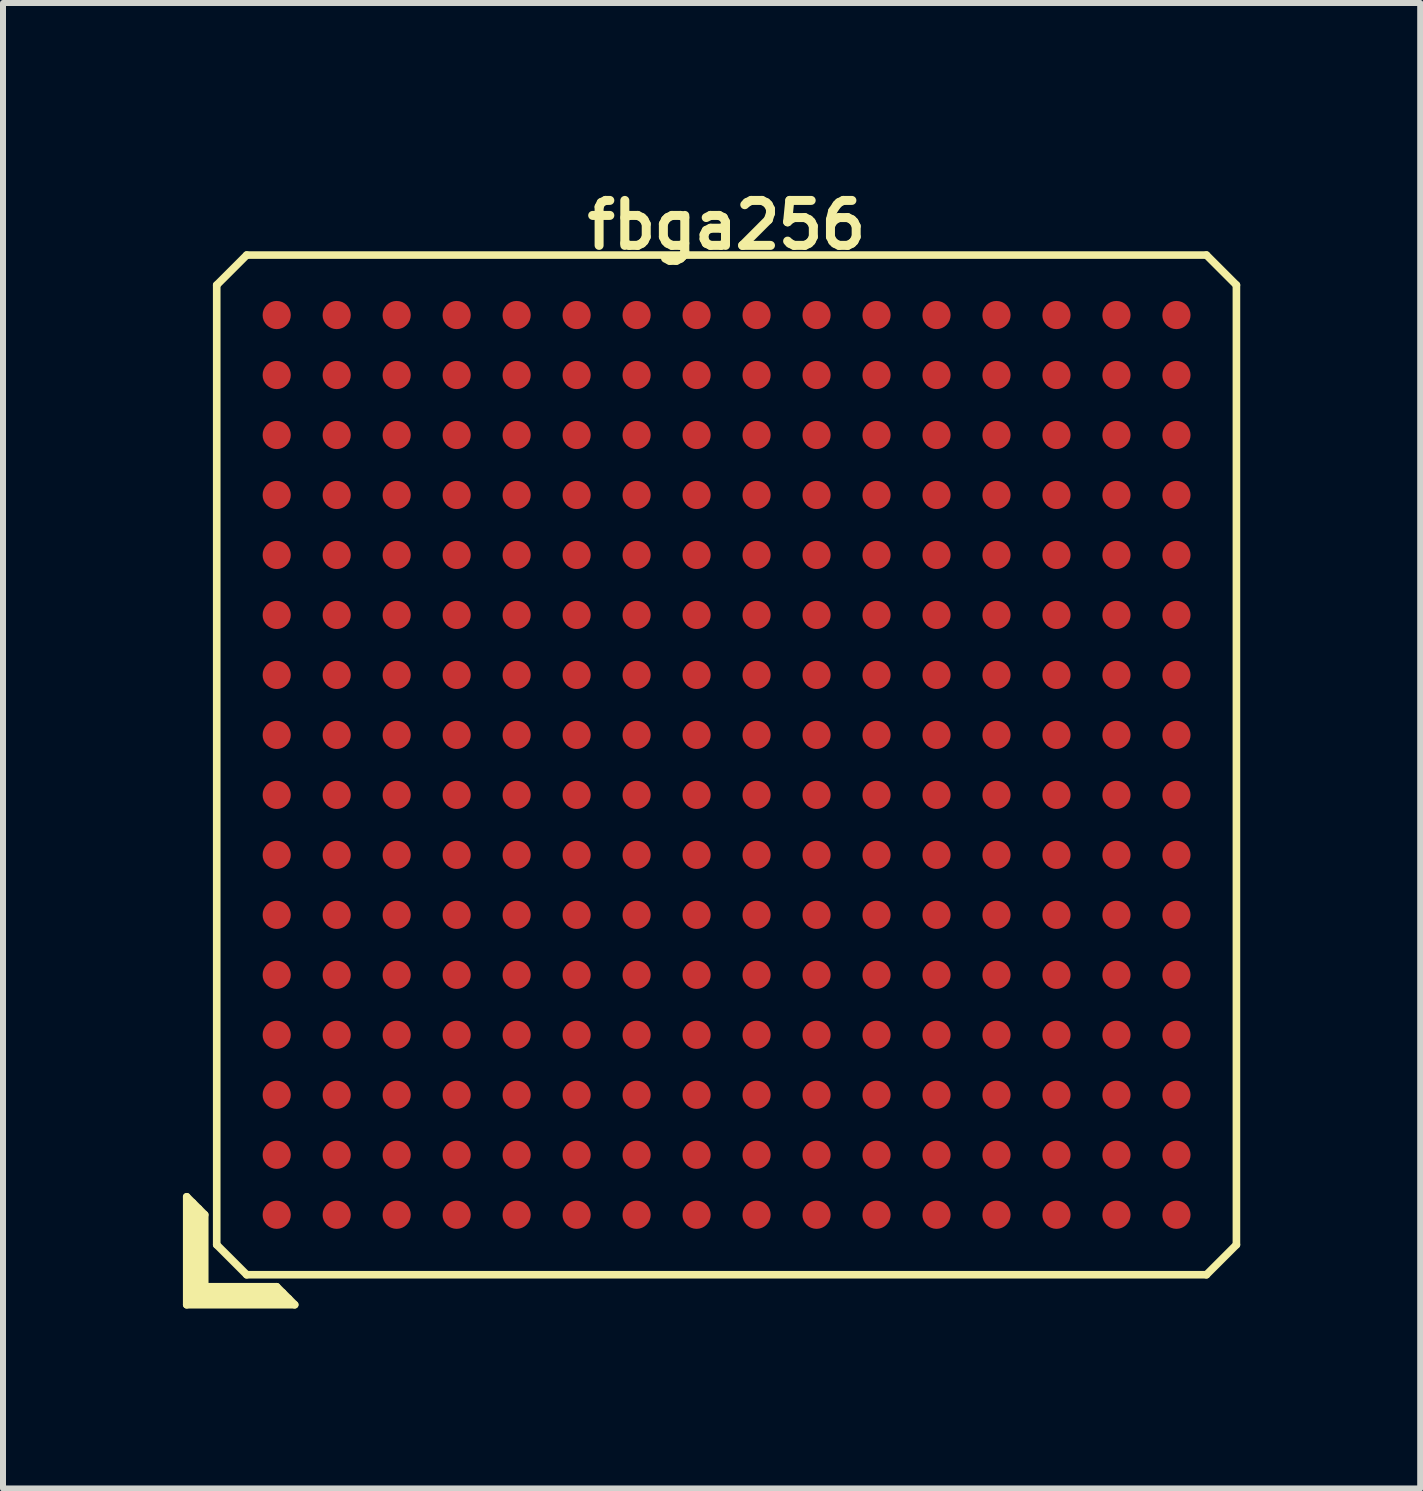
<source format=kicad_pcb>
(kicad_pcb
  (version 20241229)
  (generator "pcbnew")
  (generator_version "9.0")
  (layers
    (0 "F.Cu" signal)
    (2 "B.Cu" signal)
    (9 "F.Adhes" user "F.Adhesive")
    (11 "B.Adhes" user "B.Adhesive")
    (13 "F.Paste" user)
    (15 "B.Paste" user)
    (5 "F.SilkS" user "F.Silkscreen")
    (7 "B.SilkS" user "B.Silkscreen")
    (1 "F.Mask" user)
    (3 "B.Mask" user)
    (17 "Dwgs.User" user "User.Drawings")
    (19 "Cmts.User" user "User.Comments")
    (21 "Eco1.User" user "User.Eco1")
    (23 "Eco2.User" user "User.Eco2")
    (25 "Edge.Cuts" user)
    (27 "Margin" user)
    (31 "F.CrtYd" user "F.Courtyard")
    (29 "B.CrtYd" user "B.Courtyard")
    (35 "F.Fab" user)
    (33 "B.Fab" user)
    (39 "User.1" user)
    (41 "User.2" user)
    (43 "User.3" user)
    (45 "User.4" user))
  (footprint "fbga256"
    (layer "F.Cu")
    (at 9.063 9.702)
    (property "Reference" "fbga256" (at 0 -9 0) (layer "F.SilkS") (effects (font (size 0.75 0.75) (thickness 0.15))))
    (attr smd)
    (fp_line (start -9 7.2) (end -8.7 7.5) (stroke (width 0.127) (type solid)) (layer "F.SilkS"))
    (fp_line (start -9 9) (end -9 7.2) (stroke (width 0.127) (type solid)) (layer "F.SilkS"))
    (fp_line (start -8.9 8.9) (end -8.9 7.3) (stroke (width 0.127) (type solid)) (layer "F.SilkS"))
    (fp_line (start -8.8 7.4) (end -8.8 8.8) (stroke (width 0.127) (type solid)) (layer "F.SilkS"))
    (fp_line (start -8.8 8.8) (end -7.4 8.8) (stroke (width 0.127) (type solid)) (layer "F.SilkS"))
    (fp_line (start -8.7 7.5) (end -8.7 8.7) (stroke (width 0.127) (type solid)) (layer "F.SilkS"))
    (fp_line (start -8.7 8.7) (end -7.5 8.7) (stroke (width 0.127) (type solid)) (layer "F.SilkS"))
    (fp_line (start -8.5 -8) (end -8.5 8) (stroke (width 0.127) (type solid)) (layer "F.SilkS"))
    (fp_line (start -8.5 -8) (end -8 -8.5) (stroke (width 0.127) (type solid)) (layer "F.SilkS"))
    (fp_line (start -8 8.5) (end -8.5 8) (stroke (width 0.127) (type solid)) (layer "F.SilkS"))
    (fp_line (start -8 8.5) (end 8 8.5) (stroke (width 0.127) (type solid)) (layer "F.SilkS"))
    (fp_line (start -7.5 8.7) (end -7.2 9) (stroke (width 0.127) (type solid)) (layer "F.SilkS"))
    (fp_line (start -7.3 8.9) (end -8.9 8.9) (stroke (width 0.127) (type solid)) (layer "F.SilkS"))
    (fp_line (start -7.2 9) (end -9 9) (stroke (width 0.127) (type solid)) (layer "F.SilkS"))
    (fp_line (start 8 -8.5) (end -8 -8.5) (stroke (width 0.127) (type solid)) (layer "F.SilkS"))
    (fp_line (start 8 -8.5) (end 8.5 -8) (stroke (width 0.127) (type solid)) (layer "F.SilkS"))
    (fp_line (start 8.5 8) (end 8 8.5) (stroke (width 0.127) (type solid)) (layer "F.SilkS"))
    (fp_line (start 8.5 8) (end 8.5 -8) (stroke (width 0.127) (type solid)) (layer "F.SilkS"))
    (pad "A1" smd circle (at -7.5 7.5) (size 0.47 0.47) (layers "F.Cu" "F.Mask" "F.Paste"))
    (pad "A2" smd circle (at -6.5 7.5) (size 0.47 0.47) (layers "F.Cu" "F.Mask" "F.Paste"))
    (pad "A3" smd circle (at -5.5 7.5) (size 0.47 0.47) (layers "F.Cu" "F.Mask" "F.Paste"))
    (pad "A4" smd circle (at -4.5 7.5) (size 0.47 0.47) (layers "F.Cu" "F.Mask" "F.Paste"))
    (pad "A5" smd circle (at -3.5 7.5) (size 0.47 0.47) (layers "F.Cu" "F.Mask" "F.Paste"))
    (pad "A6" smd circle (at -2.5 7.5) (size 0.47 0.47) (layers "F.Cu" "F.Mask" "F.Paste"))
    (pad "A7" smd circle (at -1.5 7.5) (size 0.47 0.47) (layers "F.Cu" "F.Mask" "F.Paste"))
    (pad "A8" smd circle (at -0.5 7.5) (size 0.47 0.47) (layers "F.Cu" "F.Mask" "F.Paste"))
    (pad "A9" smd circle (at 0.5 7.5) (size 0.47 0.47) (layers "F.Cu" "F.Mask" "F.Paste"))
    (pad "A10" smd circle (at 1.5 7.5) (size 0.47 0.47) (layers "F.Cu" "F.Mask" "F.Paste"))
    (pad "A11" smd circle (at 2.5 7.5) (size 0.47 0.47) (layers "F.Cu" "F.Mask" "F.Paste"))
    (pad "A12" smd circle (at 3.5 7.5) (size 0.47 0.47) (layers "F.Cu" "F.Mask" "F.Paste"))
    (pad "A13" smd circle (at 4.5 7.5) (size 0.47 0.47) (layers "F.Cu" "F.Mask" "F.Paste"))
    (pad "A14" smd circle (at 5.5 7.5) (size 0.47 0.47) (layers "F.Cu" "F.Mask" "F.Paste"))
    (pad "A15" smd circle (at 6.5 7.5) (size 0.47 0.47) (layers "F.Cu" "F.Mask" "F.Paste"))
    (pad "A16" smd circle (at 7.5 7.5) (size 0.47 0.47) (layers "F.Cu" "F.Mask" "F.Paste"))
    (pad "B1" smd circle (at -7.5 6.5) (size 0.47 0.47) (layers "F.Cu" "F.Mask" "F.Paste"))
    (pad "B2" smd circle (at -6.5 6.5) (size 0.47 0.47) (layers "F.Cu" "F.Mask" "F.Paste"))
    (pad "B3" smd circle (at -5.5 6.5) (size 0.47 0.47) (layers "F.Cu" "F.Mask" "F.Paste"))
    (pad "B4" smd circle (at -4.5 6.5) (size 0.47 0.47) (layers "F.Cu" "F.Mask" "F.Paste"))
    (pad "B5" smd circle (at -3.5 6.5) (size 0.47 0.47) (layers "F.Cu" "F.Mask" "F.Paste"))
    (pad "B6" smd circle (at -2.5 6.5) (size 0.47 0.47) (layers "F.Cu" "F.Mask" "F.Paste"))
    (pad "B7" smd circle (at -1.5 6.5) (size 0.47 0.47) (layers "F.Cu" "F.Mask" "F.Paste"))
    (pad "B8" smd circle (at -0.5 6.5) (size 0.47 0.47) (layers "F.Cu" "F.Mask" "F.Paste"))
    (pad "B9" smd circle (at 0.5 6.5) (size 0.47 0.47) (layers "F.Cu" "F.Mask" "F.Paste"))
    (pad "B10" smd circle (at 1.5 6.5) (size 0.47 0.47) (layers "F.Cu" "F.Mask" "F.Paste"))
    (pad "B11" smd circle (at 2.5 6.5) (size 0.47 0.47) (layers "F.Cu" "F.Mask" "F.Paste"))
    (pad "B12" smd circle (at 3.5 6.5) (size 0.47 0.47) (layers "F.Cu" "F.Mask" "F.Paste"))
    (pad "B13" smd circle (at 4.5 6.5) (size 0.47 0.47) (layers "F.Cu" "F.Mask" "F.Paste"))
    (pad "B14" smd circle (at 5.5 6.5) (size 0.47 0.47) (layers "F.Cu" "F.Mask" "F.Paste"))
    (pad "B15" smd circle (at 6.5 6.5) (size 0.47 0.47) (layers "F.Cu" "F.Mask" "F.Paste"))
    (pad "B16" smd circle (at 7.5 6.5) (size 0.47 0.47) (layers "F.Cu" "F.Mask" "F.Paste"))
    (pad "C1" smd circle (at -7.5 5.5) (size 0.47 0.47) (layers "F.Cu" "F.Mask" "F.Paste"))
    (pad "C2" smd circle (at -6.5 5.5) (size 0.47 0.47) (layers "F.Cu" "F.Mask" "F.Paste"))
    (pad "C3" smd circle (at -5.5 5.5) (size 0.47 0.47) (layers "F.Cu" "F.Mask" "F.Paste"))
    (pad "C4" smd circle (at -4.5 5.5) (size 0.47 0.47) (layers "F.Cu" "F.Mask" "F.Paste"))
    (pad "C5" smd circle (at -3.5 5.5) (size 0.47 0.47) (layers "F.Cu" "F.Mask" "F.Paste"))
    (pad "C6" smd circle (at -2.5 5.5) (size 0.47 0.47) (layers "F.Cu" "F.Mask" "F.Paste"))
    (pad "C7" smd circle (at -1.5 5.5) (size 0.47 0.47) (layers "F.Cu" "F.Mask" "F.Paste"))
    (pad "C8" smd circle (at -0.5 5.5) (size 0.47 0.47) (layers "F.Cu" "F.Mask" "F.Paste"))
    (pad "C9" smd circle (at 0.5 5.5) (size 0.47 0.47) (layers "F.Cu" "F.Mask" "F.Paste"))
    (pad "C10" smd circle (at 1.5 5.5) (size 0.47 0.47) (layers "F.Cu" "F.Mask" "F.Paste"))
    (pad "C11" smd circle (at 2.5 5.5) (size 0.47 0.47) (layers "F.Cu" "F.Mask" "F.Paste"))
    (pad "C12" smd circle (at 3.5 5.5) (size 0.47 0.47) (layers "F.Cu" "F.Mask" "F.Paste"))
    (pad "C13" smd circle (at 4.5 5.5) (size 0.47 0.47) (layers "F.Cu" "F.Mask" "F.Paste"))
    (pad "C14" smd circle (at 5.5 5.5) (size 0.47 0.47) (layers "F.Cu" "F.Mask" "F.Paste"))
    (pad "C15" smd circle (at 6.5 5.5) (size 0.47 0.47) (layers "F.Cu" "F.Mask" "F.Paste"))
    (pad "C16" smd circle (at 7.5 5.5) (size 0.47 0.47) (layers "F.Cu" "F.Mask" "F.Paste"))
    (pad "D1" smd circle (at -7.5 4.5) (size 0.47 0.47) (layers "F.Cu" "F.Mask" "F.Paste"))
    (pad "D2" smd circle (at -6.5 4.5) (size 0.47 0.47) (layers "F.Cu" "F.Mask" "F.Paste"))
    (pad "D3" smd circle (at -5.5 4.5) (size 0.47 0.47) (layers "F.Cu" "F.Mask" "F.Paste"))
    (pad "D4" smd circle (at -4.5 4.5) (size 0.47 0.47) (layers "F.Cu" "F.Mask" "F.Paste"))
    (pad "D5" smd circle (at -3.5 4.5) (size 0.47 0.47) (layers "F.Cu" "F.Mask" "F.Paste"))
    (pad "D6" smd circle (at -2.5 4.5) (size 0.47 0.47) (layers "F.Cu" "F.Mask" "F.Paste"))
    (pad "D7" smd circle (at -1.5 4.5) (size 0.47 0.47) (layers "F.Cu" "F.Mask" "F.Paste"))
    (pad "D8" smd circle (at -0.5 4.5) (size 0.47 0.47) (layers "F.Cu" "F.Mask" "F.Paste"))
    (pad "D9" smd circle (at 0.5 4.5) (size 0.47 0.47) (layers "F.Cu" "F.Mask" "F.Paste"))
    (pad "D10" smd circle (at 1.5 4.5) (size 0.47 0.47) (layers "F.Cu" "F.Mask" "F.Paste"))
    (pad "D11" smd circle (at 2.5 4.5) (size 0.47 0.47) (layers "F.Cu" "F.Mask" "F.Paste"))
    (pad "D12" smd circle (at 3.5 4.5) (size 0.47 0.47) (layers "F.Cu" "F.Mask" "F.Paste"))
    (pad "D13" smd circle (at 4.5 4.5) (size 0.47 0.47) (layers "F.Cu" "F.Mask" "F.Paste"))
    (pad "D14" smd circle (at 5.5 4.5) (size 0.47 0.47) (layers "F.Cu" "F.Mask" "F.Paste"))
    (pad "D15" smd circle (at 6.5 4.5) (size 0.47 0.47) (layers "F.Cu" "F.Mask" "F.Paste"))
    (pad "D16" smd circle (at 7.5 4.5) (size 0.47 0.47) (layers "F.Cu" "F.Mask" "F.Paste"))
    (pad "E1" smd circle (at -7.5 3.5) (size 0.47 0.47) (layers "F.Cu" "F.Mask" "F.Paste"))
    (pad "E2" smd circle (at -6.5 3.5) (size 0.47 0.47) (layers "F.Cu" "F.Mask" "F.Paste"))
    (pad "E3" smd circle (at -5.5 3.5) (size 0.47 0.47) (layers "F.Cu" "F.Mask" "F.Paste"))
    (pad "E4" smd circle (at -4.5 3.5) (size 0.47 0.47) (layers "F.Cu" "F.Mask" "F.Paste"))
    (pad "E5" smd circle (at -3.5 3.5) (size 0.47 0.47) (layers "F.Cu" "F.Mask" "F.Paste"))
    (pad "E6" smd circle (at -2.5 3.5) (size 0.47 0.47) (layers "F.Cu" "F.Mask" "F.Paste"))
    (pad "E7" smd circle (at -1.5 3.5) (size 0.47 0.47) (layers "F.Cu" "F.Mask" "F.Paste"))
    (pad "E8" smd circle (at -0.5 3.5) (size 0.47 0.47) (layers "F.Cu" "F.Mask" "F.Paste"))
    (pad "E9" smd circle (at 0.5 3.5) (size 0.47 0.47) (layers "F.Cu" "F.Mask" "F.Paste"))
    (pad "E10" smd circle (at 1.5 3.5) (size 0.47 0.47) (layers "F.Cu" "F.Mask" "F.Paste"))
    (pad "E11" smd circle (at 2.5 3.5) (size 0.47 0.47) (layers "F.Cu" "F.Mask" "F.Paste"))
    (pad "E12" smd circle (at 3.5 3.5) (size 0.47 0.47) (layers "F.Cu" "F.Mask" "F.Paste"))
    (pad "E13" smd circle (at 4.5 3.5) (size 0.47 0.47) (layers "F.Cu" "F.Mask" "F.Paste"))
    (pad "E14" smd circle (at 5.5 3.5) (size 0.47 0.47) (layers "F.Cu" "F.Mask" "F.Paste"))
    (pad "E15" smd circle (at 6.5 3.5) (size 0.47 0.47) (layers "F.Cu" "F.Mask" "F.Paste"))
    (pad "E16" smd circle (at 7.5 3.5) (size 0.47 0.47) (layers "F.Cu" "F.Mask" "F.Paste"))
    (pad "F1" smd circle (at -7.5 2.5) (size 0.47 0.47) (layers "F.Cu" "F.Mask" "F.Paste"))
    (pad "F2" smd circle (at -6.5 2.5) (size 0.47 0.47) (layers "F.Cu" "F.Mask" "F.Paste"))
    (pad "F3" smd circle (at -5.5 2.5) (size 0.47 0.47) (layers "F.Cu" "F.Mask" "F.Paste"))
    (pad "F4" smd circle (at -4.5 2.5) (size 0.47 0.47) (layers "F.Cu" "F.Mask" "F.Paste"))
    (pad "F5" smd circle (at -3.5 2.5) (size 0.47 0.47) (layers "F.Cu" "F.Mask" "F.Paste"))
    (pad "F6" smd circle (at -2.5 2.5) (size 0.47 0.47) (layers "F.Cu" "F.Mask" "F.Paste"))
    (pad "F7" smd circle (at -1.5 2.5) (size 0.47 0.47) (layers "F.Cu" "F.Mask" "F.Paste"))
    (pad "F8" smd circle (at -0.5 2.5) (size 0.47 0.47) (layers "F.Cu" "F.Mask" "F.Paste"))
    (pad "F9" smd circle (at 0.5 2.5) (size 0.47 0.47) (layers "F.Cu" "F.Mask" "F.Paste"))
    (pad "F10" smd circle (at 1.5 2.5) (size 0.47 0.47) (layers "F.Cu" "F.Mask" "F.Paste"))
    (pad "F11" smd circle (at 2.5 2.5) (size 0.47 0.47) (layers "F.Cu" "F.Mask" "F.Paste"))
    (pad "F12" smd circle (at 3.5 2.5) (size 0.47 0.47) (layers "F.Cu" "F.Mask" "F.Paste"))
    (pad "F13" smd circle (at 4.5 2.5) (size 0.47 0.47) (layers "F.Cu" "F.Mask" "F.Paste"))
    (pad "F14" smd circle (at 5.5 2.5) (size 0.47 0.47) (layers "F.Cu" "F.Mask" "F.Paste"))
    (pad "F15" smd circle (at 6.5 2.5) (size 0.47 0.47) (layers "F.Cu" "F.Mask" "F.Paste"))
    (pad "F16" smd circle (at 7.5 2.5) (size 0.47 0.47) (layers "F.Cu" "F.Mask" "F.Paste"))
    (pad "G1" smd circle (at -7.5 1.5) (size 0.47 0.47) (layers "F.Cu" "F.Mask" "F.Paste"))
    (pad "G2" smd circle (at -6.5 1.5) (size 0.47 0.47) (layers "F.Cu" "F.Mask" "F.Paste"))
    (pad "G3" smd circle (at -5.5 1.5) (size 0.47 0.47) (layers "F.Cu" "F.Mask" "F.Paste"))
    (pad "G4" smd circle (at -4.5 1.5) (size 0.47 0.47) (layers "F.Cu" "F.Mask" "F.Paste"))
    (pad "G5" smd circle (at -3.5 1.5) (size 0.47 0.47) (layers "F.Cu" "F.Mask" "F.Paste"))
    (pad "G6" smd circle (at -2.5 1.5) (size 0.47 0.47) (layers "F.Cu" "F.Mask" "F.Paste"))
    (pad "G7" smd circle (at -1.5 1.5) (size 0.47 0.47) (layers "F.Cu" "F.Mask" "F.Paste"))
    (pad "G8" smd circle (at -0.5 1.5) (size 0.47 0.47) (layers "F.Cu" "F.Mask" "F.Paste"))
    (pad "G9" smd circle (at 0.5 1.5) (size 0.47 0.47) (layers "F.Cu" "F.Mask" "F.Paste"))
    (pad "G10" smd circle (at 1.5 1.5) (size 0.47 0.47) (layers "F.Cu" "F.Mask" "F.Paste"))
    (pad "G11" smd circle (at 2.5 1.5) (size 0.47 0.47) (layers "F.Cu" "F.Mask" "F.Paste"))
    (pad "G12" smd circle (at 3.5 1.5) (size 0.47 0.47) (layers "F.Cu" "F.Mask" "F.Paste"))
    (pad "G13" smd circle (at 4.5 1.5) (size 0.47 0.47) (layers "F.Cu" "F.Mask" "F.Paste"))
    (pad "G14" smd circle (at 5.5 1.5) (size 0.47 0.47) (layers "F.Cu" "F.Mask" "F.Paste"))
    (pad "G15" smd circle (at 6.5 1.5) (size 0.47 0.47) (layers "F.Cu" "F.Mask" "F.Paste"))
    (pad "G16" smd circle (at 7.5 1.5) (size 0.47 0.47) (layers "F.Cu" "F.Mask" "F.Paste"))
    (pad "H1" smd circle (at -7.5 0.5) (size 0.47 0.47) (layers "F.Cu" "F.Mask" "F.Paste"))
    (pad "H2" smd circle (at -6.5 0.5) (size 0.47 0.47) (layers "F.Cu" "F.Mask" "F.Paste"))
    (pad "H3" smd circle (at -5.5 0.5) (size 0.47 0.47) (layers "F.Cu" "F.Mask" "F.Paste"))
    (pad "H4" smd circle (at -4.5 0.5) (size 0.47 0.47) (layers "F.Cu" "F.Mask" "F.Paste"))
    (pad "H5" smd circle (at -3.5 0.5) (size 0.47 0.47) (layers "F.Cu" "F.Mask" "F.Paste"))
    (pad "H6" smd circle (at -2.5 0.5) (size 0.47 0.47) (layers "F.Cu" "F.Mask" "F.Paste"))
    (pad "H7" smd circle (at -1.5 0.5) (size 0.47 0.47) (layers "F.Cu" "F.Mask" "F.Paste"))
    (pad "H8" smd circle (at -0.5 0.5) (size 0.47 0.47) (layers "F.Cu" "F.Mask" "F.Paste"))
    (pad "H9" smd circle (at 0.5 0.5) (size 0.47 0.47) (layers "F.Cu" "F.Mask" "F.Paste"))
    (pad "H10" smd circle (at 1.5 0.5) (size 0.47 0.47) (layers "F.Cu" "F.Mask" "F.Paste"))
    (pad "H11" smd circle (at 2.5 0.5) (size 0.47 0.47) (layers "F.Cu" "F.Mask" "F.Paste"))
    (pad "H12" smd circle (at 3.5 0.5) (size 0.47 0.47) (layers "F.Cu" "F.Mask" "F.Paste"))
    (pad "H13" smd circle (at 4.5 0.5) (size 0.47 0.47) (layers "F.Cu" "F.Mask" "F.Paste"))
    (pad "H14" smd circle (at 5.5 0.5) (size 0.47 0.47) (layers "F.Cu" "F.Mask" "F.Paste"))
    (pad "H15" smd circle (at 6.5 0.5) (size 0.47 0.47) (layers "F.Cu" "F.Mask" "F.Paste"))
    (pad "H16" smd circle (at 7.5 0.5) (size 0.47 0.47) (layers "F.Cu" "F.Mask" "F.Paste"))
    (pad "J1" smd circle (at -7.5 -0.5) (size 0.47 0.47) (layers "F.Cu" "F.Mask" "F.Paste"))
    (pad "J2" smd circle (at -6.5 -0.5) (size 0.47 0.47) (layers "F.Cu" "F.Mask" "F.Paste"))
    (pad "J3" smd circle (at -5.5 -0.5) (size 0.47 0.47) (layers "F.Cu" "F.Mask" "F.Paste"))
    (pad "J4" smd circle (at -4.5 -0.5) (size 0.47 0.47) (layers "F.Cu" "F.Mask" "F.Paste"))
    (pad "J5" smd circle (at -3.5 -0.5) (size 0.47 0.47) (layers "F.Cu" "F.Mask" "F.Paste"))
    (pad "J6" smd circle (at -2.5 -0.5) (size 0.47 0.47) (layers "F.Cu" "F.Mask" "F.Paste"))
    (pad "J7" smd circle (at -1.5 -0.5) (size 0.47 0.47) (layers "F.Cu" "F.Mask" "F.Paste"))
    (pad "J8" smd circle (at -0.5 -0.5) (size 0.47 0.47) (layers "F.Cu" "F.Mask" "F.Paste"))
    (pad "J9" smd circle (at 0.5 -0.5) (size 0.47 0.47) (layers "F.Cu" "F.Mask" "F.Paste"))
    (pad "J10" smd circle (at 1.5 -0.5) (size 0.47 0.47) (layers "F.Cu" "F.Mask" "F.Paste"))
    (pad "J11" smd circle (at 2.5 -0.5) (size 0.47 0.47) (layers "F.Cu" "F.Mask" "F.Paste"))
    (pad "J12" smd circle (at 3.5 -0.5) (size 0.47 0.47) (layers "F.Cu" "F.Mask" "F.Paste"))
    (pad "J13" smd circle (at 4.5 -0.5) (size 0.47 0.47) (layers "F.Cu" "F.Mask" "F.Paste"))
    (pad "J14" smd circle (at 5.5 -0.5) (size 0.47 0.47) (layers "F.Cu" "F.Mask" "F.Paste"))
    (pad "J15" smd circle (at 6.5 -0.5) (size 0.47 0.47) (layers "F.Cu" "F.Mask" "F.Paste"))
    (pad "J16" smd circle (at 7.5 -0.5) (size 0.47 0.47) (layers "F.Cu" "F.Mask" "F.Paste"))
    (pad "K1" smd circle (at -7.5 -1.5) (size 0.47 0.47) (layers "F.Cu" "F.Mask" "F.Paste"))
    (pad "K2" smd circle (at -6.5 -1.5) (size 0.47 0.47) (layers "F.Cu" "F.Mask" "F.Paste"))
    (pad "K3" smd circle (at -5.5 -1.5) (size 0.47 0.47) (layers "F.Cu" "F.Mask" "F.Paste"))
    (pad "K4" smd circle (at -4.5 -1.5) (size 0.47 0.47) (layers "F.Cu" "F.Mask" "F.Paste"))
    (pad "K5" smd circle (at -3.5 -1.5) (size 0.47 0.47) (layers "F.Cu" "F.Mask" "F.Paste"))
    (pad "K6" smd circle (at -2.5 -1.5) (size 0.47 0.47) (layers "F.Cu" "F.Mask" "F.Paste"))
    (pad "K7" smd circle (at -1.5 -1.5) (size 0.47 0.47) (layers "F.Cu" "F.Mask" "F.Paste"))
    (pad "K8" smd circle (at -0.5 -1.5) (size 0.47 0.47) (layers "F.Cu" "F.Mask" "F.Paste"))
    (pad "K9" smd circle (at 0.5 -1.5) (size 0.47 0.47) (layers "F.Cu" "F.Mask" "F.Paste"))
    (pad "K10" smd circle (at 1.5 -1.5) (size 0.47 0.47) (layers "F.Cu" "F.Mask" "F.Paste"))
    (pad "K11" smd circle (at 2.5 -1.5) (size 0.47 0.47) (layers "F.Cu" "F.Mask" "F.Paste"))
    (pad "K12" smd circle (at 3.5 -1.5) (size 0.47 0.47) (layers "F.Cu" "F.Mask" "F.Paste"))
    (pad "K13" smd circle (at 4.5 -1.5) (size 0.47 0.47) (layers "F.Cu" "F.Mask" "F.Paste"))
    (pad "K14" smd circle (at 5.5 -1.5) (size 0.47 0.47) (layers "F.Cu" "F.Mask" "F.Paste"))
    (pad "K15" smd circle (at 6.5 -1.5) (size 0.47 0.47) (layers "F.Cu" "F.Mask" "F.Paste"))
    (pad "K16" smd circle (at 7.5 -1.5) (size 0.47 0.47) (layers "F.Cu" "F.Mask" "F.Paste"))
    (pad "L1" smd circle (at -7.5 -2.5) (size 0.47 0.47) (layers "F.Cu" "F.Mask" "F.Paste"))
    (pad "L2" smd circle (at -6.5 -2.5) (size 0.47 0.47) (layers "F.Cu" "F.Mask" "F.Paste"))
    (pad "L3" smd circle (at -5.5 -2.5) (size 0.47 0.47) (layers "F.Cu" "F.Mask" "F.Paste"))
    (pad "L4" smd circle (at -4.5 -2.5) (size 0.47 0.47) (layers "F.Cu" "F.Mask" "F.Paste"))
    (pad "L5" smd circle (at -3.5 -2.5) (size 0.47 0.47) (layers "F.Cu" "F.Mask" "F.Paste"))
    (pad "L6" smd circle (at -2.5 -2.5) (size 0.47 0.47) (layers "F.Cu" "F.Mask" "F.Paste"))
    (pad "L7" smd circle (at -1.5 -2.5) (size 0.47 0.47) (layers "F.Cu" "F.Mask" "F.Paste"))
    (pad "L8" smd circle (at -0.5 -2.5) (size 0.47 0.47) (layers "F.Cu" "F.Mask" "F.Paste"))
    (pad "L9" smd circle (at 0.5 -2.5) (size 0.47 0.47) (layers "F.Cu" "F.Mask" "F.Paste"))
    (pad "L10" smd circle (at 1.5 -2.5) (size 0.47 0.47) (layers "F.Cu" "F.Mask" "F.Paste"))
    (pad "L11" smd circle (at 2.5 -2.5) (size 0.47 0.47) (layers "F.Cu" "F.Mask" "F.Paste"))
    (pad "L12" smd circle (at 3.5 -2.5) (size 0.47 0.47) (layers "F.Cu" "F.Mask" "F.Paste"))
    (pad "L13" smd circle (at 4.5 -2.5) (size 0.47 0.47) (layers "F.Cu" "F.Mask" "F.Paste"))
    (pad "L14" smd circle (at 5.5 -2.5) (size 0.47 0.47) (layers "F.Cu" "F.Mask" "F.Paste"))
    (pad "L15" smd circle (at 6.5 -2.5) (size 0.47 0.47) (layers "F.Cu" "F.Mask" "F.Paste"))
    (pad "L16" smd circle (at 7.5 -2.5) (size 0.47 0.47) (layers "F.Cu" "F.Mask" "F.Paste"))
    (pad "M1" smd circle (at -7.5 -3.5) (size 0.47 0.47) (layers "F.Cu" "F.Mask" "F.Paste"))
    (pad "M2" smd circle (at -6.5 -3.5) (size 0.47 0.47) (layers "F.Cu" "F.Mask" "F.Paste"))
    (pad "M3" smd circle (at -5.5 -3.5) (size 0.47 0.47) (layers "F.Cu" "F.Mask" "F.Paste"))
    (pad "M4" smd circle (at -4.5 -3.5) (size 0.47 0.47) (layers "F.Cu" "F.Mask" "F.Paste"))
    (pad "M5" smd circle (at -3.5 -3.5) (size 0.47 0.47) (layers "F.Cu" "F.Mask" "F.Paste"))
    (pad "M6" smd circle (at -2.5 -3.5) (size 0.47 0.47) (layers "F.Cu" "F.Mask" "F.Paste"))
    (pad "M7" smd circle (at -1.5 -3.5) (size 0.47 0.47) (layers "F.Cu" "F.Mask" "F.Paste"))
    (pad "M8" smd circle (at -0.5 -3.5) (size 0.47 0.47) (layers "F.Cu" "F.Mask" "F.Paste"))
    (pad "M9" smd circle (at 0.5 -3.5) (size 0.47 0.47) (layers "F.Cu" "F.Mask" "F.Paste"))
    (pad "M10" smd circle (at 1.5 -3.5) (size 0.47 0.47) (layers "F.Cu" "F.Mask" "F.Paste"))
    (pad "M11" smd circle (at 2.5 -3.5) (size 0.47 0.47) (layers "F.Cu" "F.Mask" "F.Paste"))
    (pad "M12" smd circle (at 3.5 -3.5) (size 0.47 0.47) (layers "F.Cu" "F.Mask" "F.Paste"))
    (pad "M13" smd circle (at 4.5 -3.5) (size 0.47 0.47) (layers "F.Cu" "F.Mask" "F.Paste"))
    (pad "M14" smd circle (at 5.5 -3.5) (size 0.47 0.47) (layers "F.Cu" "F.Mask" "F.Paste"))
    (pad "M15" smd circle (at 6.5 -3.5) (size 0.47 0.47) (layers "F.Cu" "F.Mask" "F.Paste"))
    (pad "M16" smd circle (at 7.5 -3.5) (size 0.47 0.47) (layers "F.Cu" "F.Mask" "F.Paste"))
    (pad "N1" smd circle (at -7.5 -4.5) (size 0.47 0.47) (layers "F.Cu" "F.Mask" "F.Paste"))
    (pad "N2" smd circle (at -6.5 -4.5) (size 0.47 0.47) (layers "F.Cu" "F.Mask" "F.Paste"))
    (pad "N3" smd circle (at -5.5 -4.5) (size 0.47 0.47) (layers "F.Cu" "F.Mask" "F.Paste"))
    (pad "N4" smd circle (at -4.5 -4.5) (size 0.47 0.47) (layers "F.Cu" "F.Mask" "F.Paste"))
    (pad "N5" smd circle (at -3.5 -4.5) (size 0.47 0.47) (layers "F.Cu" "F.Mask" "F.Paste"))
    (pad "N6" smd circle (at -2.5 -4.5) (size 0.47 0.47) (layers "F.Cu" "F.Mask" "F.Paste"))
    (pad "N7" smd circle (at -1.5 -4.5) (size 0.47 0.47) (layers "F.Cu" "F.Mask" "F.Paste"))
    (pad "N8" smd circle (at -0.5 -4.5) (size 0.47 0.47) (layers "F.Cu" "F.Mask" "F.Paste"))
    (pad "N9" smd circle (at 0.5 -4.5) (size 0.47 0.47) (layers "F.Cu" "F.Mask" "F.Paste"))
    (pad "N10" smd circle (at 1.5 -4.5) (size 0.47 0.47) (layers "F.Cu" "F.Mask" "F.Paste"))
    (pad "N11" smd circle (at 2.5 -4.5) (size 0.47 0.47) (layers "F.Cu" "F.Mask" "F.Paste"))
    (pad "N12" smd circle (at 3.5 -4.5) (size 0.47 0.47) (layers "F.Cu" "F.Mask" "F.Paste"))
    (pad "N13" smd circle (at 4.5 -4.5) (size 0.47 0.47) (layers "F.Cu" "F.Mask" "F.Paste"))
    (pad "N14" smd circle (at 5.5 -4.5) (size 0.47 0.47) (layers "F.Cu" "F.Mask" "F.Paste"))
    (pad "N15" smd circle (at 6.5 -4.5) (size 0.47 0.47) (layers "F.Cu" "F.Mask" "F.Paste"))
    (pad "N16" smd circle (at 7.5 -4.5) (size 0.47 0.47) (layers "F.Cu" "F.Mask" "F.Paste"))
    (pad "P1" smd circle (at -7.5 -5.5) (size 0.47 0.47) (layers "F.Cu" "F.Mask" "F.Paste"))
    (pad "P2" smd circle (at -6.5 -5.5) (size 0.47 0.47) (layers "F.Cu" "F.Mask" "F.Paste"))
    (pad "P3" smd circle (at -5.5 -5.5) (size 0.47 0.47) (layers "F.Cu" "F.Mask" "F.Paste"))
    (pad "P4" smd circle (at -4.5 -5.5) (size 0.47 0.47) (layers "F.Cu" "F.Mask" "F.Paste"))
    (pad "P5" smd circle (at -3.5 -5.5) (size 0.47 0.47) (layers "F.Cu" "F.Mask" "F.Paste"))
    (pad "P6" smd circle (at -2.5 -5.5) (size 0.47 0.47) (layers "F.Cu" "F.Mask" "F.Paste"))
    (pad "P7" smd circle (at -1.5 -5.5) (size 0.47 0.47) (layers "F.Cu" "F.Mask" "F.Paste"))
    (pad "P8" smd circle (at -0.5 -5.5) (size 0.47 0.47) (layers "F.Cu" "F.Mask" "F.Paste"))
    (pad "P9" smd circle (at 0.5 -5.5) (size 0.47 0.47) (layers "F.Cu" "F.Mask" "F.Paste"))
    (pad "P10" smd circle (at 1.5 -5.5) (size 0.47 0.47) (layers "F.Cu" "F.Mask" "F.Paste"))
    (pad "P11" smd circle (at 2.5 -5.5) (size 0.47 0.47) (layers "F.Cu" "F.Mask" "F.Paste"))
    (pad "P12" smd circle (at 3.5 -5.5) (size 0.47 0.47) (layers "F.Cu" "F.Mask" "F.Paste"))
    (pad "P13" smd circle (at 4.5 -5.5) (size 0.47 0.47) (layers "F.Cu" "F.Mask" "F.Paste"))
    (pad "P14" smd circle (at 5.5 -5.5) (size 0.47 0.47) (layers "F.Cu" "F.Mask" "F.Paste"))
    (pad "P15" smd circle (at 6.5 -5.5) (size 0.47 0.47) (layers "F.Cu" "F.Mask" "F.Paste"))
    (pad "P16" smd circle (at 7.5 -5.5) (size 0.47 0.47) (layers "F.Cu" "F.Mask" "F.Paste"))
    (pad "R1" smd circle (at -7.5 -6.5) (size 0.47 0.47) (layers "F.Cu" "F.Mask" "F.Paste"))
    (pad "R2" smd circle (at -6.5 -6.5) (size 0.47 0.47) (layers "F.Cu" "F.Mask" "F.Paste"))
    (pad "R3" smd circle (at -5.5 -6.5) (size 0.47 0.47) (layers "F.Cu" "F.Mask" "F.Paste"))
    (pad "R4" smd circle (at -4.5 -6.5) (size 0.47 0.47) (layers "F.Cu" "F.Mask" "F.Paste"))
    (pad "R5" smd circle (at -3.5 -6.5) (size 0.47 0.47) (layers "F.Cu" "F.Mask" "F.Paste"))
    (pad "R6" smd circle (at -2.5 -6.5) (size 0.47 0.47) (layers "F.Cu" "F.Mask" "F.Paste"))
    (pad "R7" smd circle (at -1.5 -6.5) (size 0.47 0.47) (layers "F.Cu" "F.Mask" "F.Paste"))
    (pad "R8" smd circle (at -0.5 -6.5) (size 0.47 0.47) (layers "F.Cu" "F.Mask" "F.Paste"))
    (pad "R9" smd circle (at 0.5 -6.5) (size 0.47 0.47) (layers "F.Cu" "F.Mask" "F.Paste"))
    (pad "R10" smd circle (at 1.5 -6.5) (size 0.47 0.47) (layers "F.Cu" "F.Mask" "F.Paste"))
    (pad "R11" smd circle (at 2.5 -6.5) (size 0.47 0.47) (layers "F.Cu" "F.Mask" "F.Paste"))
    (pad "R12" smd circle (at 3.5 -6.5) (size 0.47 0.47) (layers "F.Cu" "F.Mask" "F.Paste"))
    (pad "R13" smd circle (at 4.5 -6.5) (size 0.47 0.47) (layers "F.Cu" "F.Mask" "F.Paste"))
    (pad "R14" smd circle (at 5.5 -6.5) (size 0.47 0.47) (layers "F.Cu" "F.Mask" "F.Paste"))
    (pad "R15" smd circle (at 6.5 -6.5) (size 0.47 0.47) (layers "F.Cu" "F.Mask" "F.Paste"))
    (pad "R16" smd circle (at 7.5 -6.5) (size 0.47 0.47) (layers "F.Cu" "F.Mask" "F.Paste"))
    (pad "T1" smd circle (at -7.5 -7.5) (size 0.47 0.47) (layers "F.Cu" "F.Mask" "F.Paste"))
    (pad "T2" smd circle (at -6.5 -7.5) (size 0.47 0.47) (layers "F.Cu" "F.Mask" "F.Paste"))
    (pad "T3" smd circle (at -5.5 -7.5) (size 0.47 0.47) (layers "F.Cu" "F.Mask" "F.Paste"))
    (pad "T4" smd circle (at -4.5 -7.5) (size 0.47 0.47) (layers "F.Cu" "F.Mask" "F.Paste"))
    (pad "T5" smd circle (at -3.5 -7.5) (size 0.47 0.47) (layers "F.Cu" "F.Mask" "F.Paste"))
    (pad "T6" smd circle (at -2.5 -7.5) (size 0.47 0.47) (layers "F.Cu" "F.Mask" "F.Paste"))
    (pad "T7" smd circle (at -1.5 -7.5) (size 0.47 0.47) (layers "F.Cu" "F.Mask" "F.Paste"))
    (pad "T8" smd circle (at -0.5 -7.5) (size 0.47 0.47) (layers "F.Cu" "F.Mask" "F.Paste"))
    (pad "T9" smd circle (at 0.5 -7.5) (size 0.47 0.47) (layers "F.Cu" "F.Mask" "F.Paste"))
    (pad "T10" smd circle (at 1.5 -7.5) (size 0.47 0.47) (layers "F.Cu" "F.Mask" "F.Paste"))
    (pad "T11" smd circle (at 2.5 -7.5) (size 0.47 0.47) (layers "F.Cu" "F.Mask" "F.Paste"))
    (pad "T12" smd circle (at 3.5 -7.5) (size 0.47 0.47) (layers "F.Cu" "F.Mask" "F.Paste"))
    (pad "T13" smd circle (at 4.5 -7.5) (size 0.47 0.47) (layers "F.Cu" "F.Mask" "F.Paste"))
    (pad "T14" smd circle (at 5.5 -7.5) (size 0.47 0.47) (layers "F.Cu" "F.Mask" "F.Paste"))
    (pad "T15" smd circle (at 6.5 -7.5) (size 0.47 0.47) (layers "F.Cu" "F.Mask" "F.Paste"))
    (pad "T16" smd circle (at 7.5 -7.5) (size 0.47 0.47) (layers "F.Cu" "F.Mask" "F.Paste")))
  (gr_rect
    (start -3 -3)
    (end 20.627 21.765)
    (stroke (width 0.1) (type default))
    (fill no)
    (layer "Edge.Cuts")))
</source>
